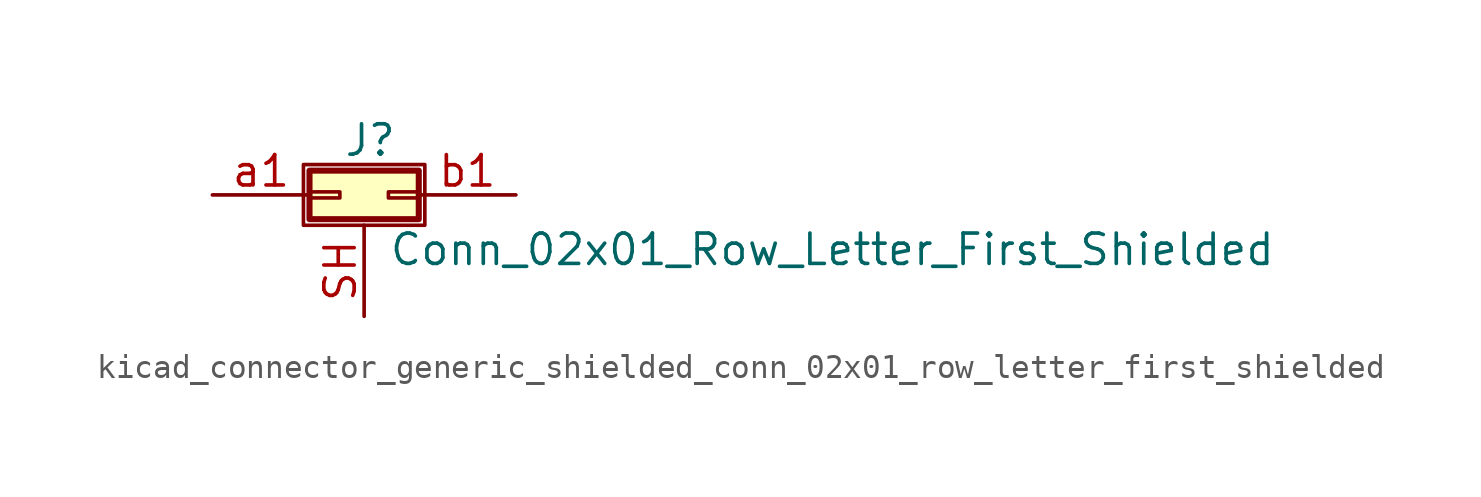
<source format=kicad_sym>
(kicad_symbol_lib
  (version 20220914)
  (generator kicad_symbol_editor)
  (symbol "kicad_connector_generic_shielded_conn_02x01_row_letter_first_shielded"
    (pin_names
      (offset 1.016) hide)
    (property "Reference" "J"
      (at 1.524 2.286 0)
      (effects (font (size 1.27 1.27))))
    (property "Value" "Conn_02x01_Row_Letter_First_Shielded"
      (at 2.286 -2.286 0)
      (effects (font (size 1.27 1.27)) (justify left)))
    (symbol "kicad_connector_generic_shielded_conn_02x01_row_letter_first_shielded_1_1"
      (rectangle (start -1.27 1.27) (end 3.81 -1.27) (stroke (width 0.152) (type default)) (fill (type none)))
      (rectangle (start -1.016 0.127) (end 0.254 -0.127) (stroke (width 0.152) (type default)) (fill (type none)))
      (rectangle (start -1.016 1.016) (end 3.556 -1.016) (stroke (width 0.254) (type default)) (fill (type background)))
      (rectangle (start 3.556 0.127) (end 2.286 -0.127) (stroke (width 0.152) (type default)) (fill (type none)))
      (pin passive line (at 1.27 -5.08 90) (length 3.81) (name "Shield" (effects (font (size 1.27 1.27)))) (number "SH" (effects (font (size 1.27 1.27)))))
      (pin passive line (at -5.08 0 0) (length 4.064) (name "Pin_a1" (effects (font (size 1.27 1.27)))) (number "a1" (effects (font (size 1.27 1.27)))))
      (pin passive line (at 7.62 0 180) (length 4.064) (name "Pin_b1" (effects (font (size 1.27 1.27)))) (number "b1" (effects (font (size 1.27 1.27))))))))
</source>
